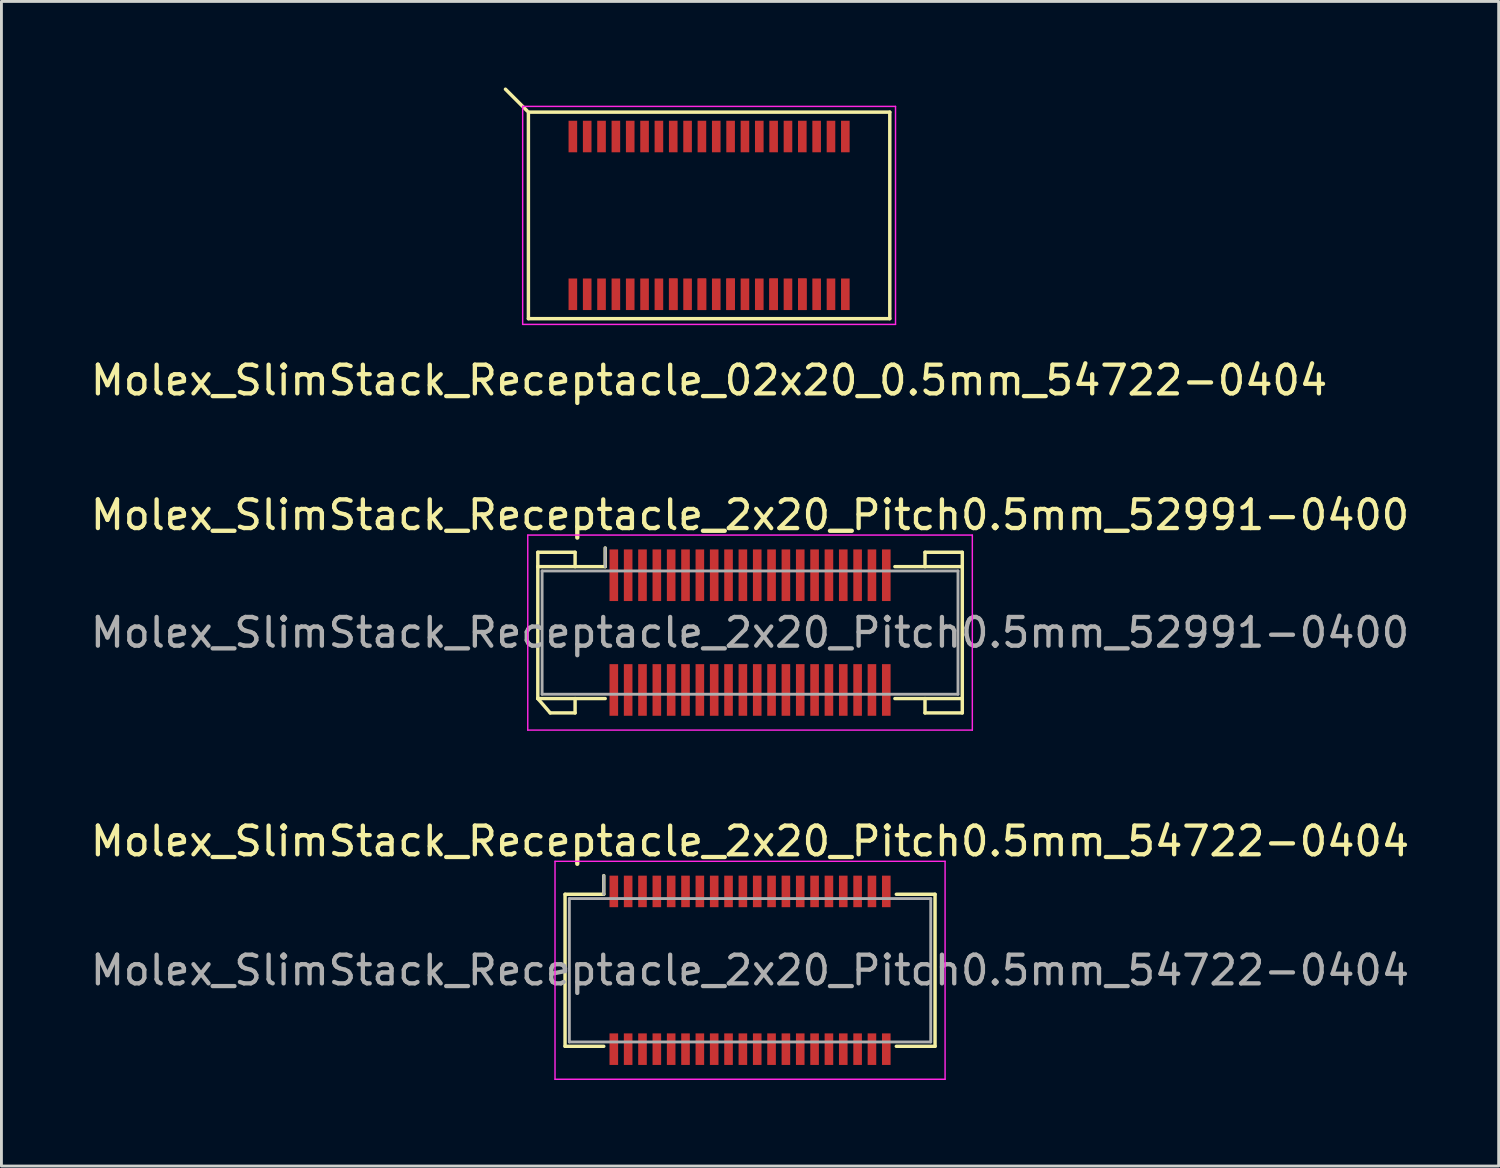
<source format=kicad_pcb>
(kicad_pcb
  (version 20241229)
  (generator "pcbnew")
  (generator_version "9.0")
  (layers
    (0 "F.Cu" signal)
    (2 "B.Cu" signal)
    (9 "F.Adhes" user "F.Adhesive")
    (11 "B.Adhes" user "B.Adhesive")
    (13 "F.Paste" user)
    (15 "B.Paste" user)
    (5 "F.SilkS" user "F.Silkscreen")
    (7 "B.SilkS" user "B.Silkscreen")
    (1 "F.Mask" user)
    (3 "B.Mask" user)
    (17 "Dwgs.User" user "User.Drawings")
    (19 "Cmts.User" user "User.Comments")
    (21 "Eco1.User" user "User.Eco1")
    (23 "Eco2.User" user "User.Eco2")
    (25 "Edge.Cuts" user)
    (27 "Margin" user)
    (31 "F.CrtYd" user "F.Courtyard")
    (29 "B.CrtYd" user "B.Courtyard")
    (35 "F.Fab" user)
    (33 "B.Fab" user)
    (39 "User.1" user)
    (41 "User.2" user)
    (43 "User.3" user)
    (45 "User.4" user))
  (footprint "Molex_SlimStack_Receptacle_2x20_Pitch0.5mm_54722-0404"
    (layer "F.Cu")
    (at 23.101 30.78)
    (property "Reference" "Molex_SlimStack_Receptacle_2x20_Pitch0.5mm_54722-0404" (at 0 -4.5 0) (layer "F.SilkS") (effects (font (size 1 1) (thickness 0.15))))
    (attr smd)
    (fp_line (start -6.45 -2.65) (end -5.1 -2.65) (stroke (width 0.12) (type solid)) (layer "F.SilkS"))
    (fp_line (start -6.45 2.65) (end -6.45 -2.65) (stroke (width 0.12) (type solid)) (layer "F.SilkS"))
    (fp_line (start -5.1 -2.65) (end -5.1 -3.3) (stroke (width 0.12) (type solid)) (layer "F.SilkS"))
    (fp_line (start -5.1 2.65) (end -6.45 2.65) (stroke (width 0.12) (type solid)) (layer "F.SilkS"))
    (fp_line (start 5.1 2.65) (end 6.45 2.65) (stroke (width 0.12) (type solid)) (layer "F.SilkS"))
    (fp_line (start 6.45 -2.65) (end 5.1 -2.65) (stroke (width 0.12) (type solid)) (layer "F.SilkS"))
    (fp_line (start 6.45 2.65) (end 6.45 -2.65) (stroke (width 0.12) (type solid)) (layer "F.SilkS"))
    (fp_line (start -6.8 -3.8) (end -6.8 3.8) (stroke (width 0.05) (type solid)) (layer "F.CrtYd"))
    (fp_line (start -6.8 3.8) (end 6.8 3.8) (stroke (width 0.05) (type solid)) (layer "F.CrtYd"))
    (fp_line (start 6.8 -3.8) (end -6.8 -3.8) (stroke (width 0.05) (type solid)) (layer "F.CrtYd"))
    (fp_line (start 6.8 3.8) (end 6.8 -3.8) (stroke (width 0.05) (type solid)) (layer "F.CrtYd"))
    (fp_line (start -6.3 -2.5) (end -6.3 2.5) (stroke (width 0.1) (type solid)) (layer "F.Fab"))
    (fp_line (start -6.3 2.5) (end 6.3 2.5) (stroke (width 0.1) (type solid)) (layer "F.Fab"))
    (fp_line (start -5.1 -2.65) (end -5.1 -3.3) (stroke (width 0.1) (type solid)) (layer "F.Fab"))
    (fp_line (start 6.3 -2.5) (end -6.3 -2.5) (stroke (width 0.1) (type solid)) (layer "F.Fab"))
    (fp_line (start 6.3 2.5) (end 6.3 -2.5) (stroke (width 0.1) (type solid)) (layer "F.Fab"))
    (fp_text user "${REFERENCE}" (at 0 0 0) (layer "F.Fab") (effects (font (size 1 1) (thickness 0.15))))
    (pad "1" smd rect (at -4.75 -2.75) (size 0.3 1.1) (layers "F.Cu" "F.Mask" "F.Paste"))
    (pad "2" smd rect (at -4.75 2.75) (size 0.3 1.1) (layers "F.Cu" "F.Mask" "F.Paste"))
    (pad "3" smd rect (at -4.25 -2.75) (size 0.3 1.1) (layers "F.Cu" "F.Mask" "F.Paste"))
    (pad "4" smd rect (at -4.25 2.75) (size 0.3 1.1) (layers "F.Cu" "F.Mask" "F.Paste"))
    (pad "5" smd rect (at -3.75 -2.75) (size 0.3 1.1) (layers "F.Cu" "F.Mask" "F.Paste"))
    (pad "6" smd rect (at -3.75 2.75) (size 0.3 1.1) (layers "F.Cu" "F.Mask" "F.Paste"))
    (pad "7" smd rect (at -3.25 -2.75) (size 0.3 1.1) (layers "F.Cu" "F.Mask" "F.Paste"))
    (pad "8" smd rect (at -3.25 2.75) (size 0.3 1.1) (layers "F.Cu" "F.Mask" "F.Paste"))
    (pad "9" smd rect (at -2.75 -2.75) (size 0.3 1.1) (layers "F.Cu" "F.Mask" "F.Paste"))
    (pad "10" smd rect (at -2.75 2.75) (size 0.3 1.1) (layers "F.Cu" "F.Mask" "F.Paste"))
    (pad "11" smd rect (at -2.25 -2.75) (size 0.3 1.1) (layers "F.Cu" "F.Mask" "F.Paste"))
    (pad "12" smd rect (at -2.25 2.75) (size 0.3 1.1) (layers "F.Cu" "F.Mask" "F.Paste"))
    (pad "13" smd rect (at -1.75 -2.75) (size 0.3 1.1) (layers "F.Cu" "F.Mask" "F.Paste"))
    (pad "14" smd rect (at -1.75 2.75) (size 0.3 1.1) (layers "F.Cu" "F.Mask" "F.Paste"))
    (pad "15" smd rect (at -1.25 -2.75) (size 0.3 1.1) (layers "F.Cu" "F.Mask" "F.Paste"))
    (pad "16" smd rect (at -1.25 2.75) (size 0.3 1.1) (layers "F.Cu" "F.Mask" "F.Paste"))
    (pad "17" smd rect (at -0.75 -2.75) (size 0.3 1.1) (layers "F.Cu" "F.Mask" "F.Paste"))
    (pad "18" smd rect (at -0.75 2.75) (size 0.3 1.1) (layers "F.Cu" "F.Mask" "F.Paste"))
    (pad "19" smd rect (at -0.25 -2.75) (size 0.3 1.1) (layers "F.Cu" "F.Mask" "F.Paste"))
    (pad "20" smd rect (at -0.25 2.75) (size 0.3 1.1) (layers "F.Cu" "F.Mask" "F.Paste"))
    (pad "21" smd rect (at 0.25 -2.75) (size 0.3 1.1) (layers "F.Cu" "F.Mask" "F.Paste"))
    (pad "22" smd rect (at 0.25 2.75) (size 0.3 1.1) (layers "F.Cu" "F.Mask" "F.Paste"))
    (pad "23" smd rect (at 0.75 -2.75) (size 0.3 1.1) (layers "F.Cu" "F.Mask" "F.Paste"))
    (pad "24" smd rect (at 0.75 2.75) (size 0.3 1.1) (layers "F.Cu" "F.Mask" "F.Paste"))
    (pad "25" smd rect (at 1.25 -2.75) (size 0.3 1.1) (layers "F.Cu" "F.Mask" "F.Paste"))
    (pad "26" smd rect (at 1.25 2.75) (size 0.3 1.1) (layers "F.Cu" "F.Mask" "F.Paste"))
    (pad "27" smd rect (at 1.75 -2.75) (size 0.3 1.1) (layers "F.Cu" "F.Mask" "F.Paste"))
    (pad "28" smd rect (at 1.75 2.75) (size 0.3 1.1) (layers "F.Cu" "F.Mask" "F.Paste"))
    (pad "29" smd rect (at 2.25 -2.75) (size 0.3 1.1) (layers "F.Cu" "F.Mask" "F.Paste"))
    (pad "30" smd rect (at 2.25 2.75) (size 0.3 1.1) (layers "F.Cu" "F.Mask" "F.Paste"))
    (pad "31" smd rect (at 2.75 -2.75) (size 0.3 1.1) (layers "F.Cu" "F.Mask" "F.Paste"))
    (pad "32" smd rect (at 2.75 2.75) (size 0.3 1.1) (layers "F.Cu" "F.Mask" "F.Paste"))
    (pad "33" smd rect (at 3.25 -2.75) (size 0.3 1.1) (layers "F.Cu" "F.Mask" "F.Paste"))
    (pad "34" smd rect (at 3.25 2.75) (size 0.3 1.1) (layers "F.Cu" "F.Mask" "F.Paste"))
    (pad "35" smd rect (at 3.75 -2.75) (size 0.3 1.1) (layers "F.Cu" "F.Mask" "F.Paste"))
    (pad "36" smd rect (at 3.75 2.75) (size 0.3 1.1) (layers "F.Cu" "F.Mask" "F.Paste"))
    (pad "37" smd rect (at 4.25 -2.75) (size 0.3 1.1) (layers "F.Cu" "F.Mask" "F.Paste"))
    (pad "38" smd rect (at 4.25 2.75) (size 0.3 1.1) (layers "F.Cu" "F.Mask" "F.Paste"))
    (pad "39" smd rect (at 4.75 -2.75) (size 0.3 1.1) (layers "F.Cu" "F.Mask" "F.Paste"))
    (pad "40" smd rect (at 4.75 2.75) (size 0.3 1.1) (layers "F.Cu" "F.Mask" "F.Paste")))
  (footprint "Molex_SlimStack_Receptacle_02x20_0.5mm_54722-0404"
    (layer "F.Cu")
    (at 21.673 4.46)
    (property "Reference" "Molex_SlimStack_Receptacle_02x20_0.5mm_54722-0404" (at 0 5.75 0) (layer "F.SilkS") (effects (font (size 1 1) (thickness 0.15))))
    (attr smd)
    (fp_line (start -6.35 -3.65) (end -7.1 -4.4) (stroke (width 0.12) (type solid)) (layer "F.SilkS"))
    (fp_line (start -6.3 -3.6) (end -6.3 3.6) (stroke (width 0.12) (type solid)) (layer "F.SilkS"))
    (fp_line (start -6.3 3.6) (end 6.3 3.6) (stroke (width 0.12) (type solid)) (layer "F.SilkS"))
    (fp_line (start 6.3 -3.6) (end -6.3 -3.6) (stroke (width 0.12) (type solid)) (layer "F.SilkS"))
    (fp_line (start 6.3 3.6) (end 6.3 -3.6) (stroke (width 0.12) (type solid)) (layer "F.SilkS"))
    (fp_line (start -6.5 -3.8) (end -6.5 3.8) (stroke (width 0.05) (type solid)) (layer "F.CrtYd"))
    (fp_line (start -6.5 3.8) (end 6.5 3.8) (stroke (width 0.05) (type solid)) (layer "F.CrtYd"))
    (fp_line (start 6.5 -3.8) (end -6.5 -3.8) (stroke (width 0.05) (type solid)) (layer "F.CrtYd"))
    (fp_line (start 6.5 3.8) (end 6.5 -3.8) (stroke (width 0.05) (type solid)) (layer "F.CrtYd"))
    (pad "1" smd rect (at -4.75 -2.75) (size 0.3 1.1) (layers "F.Cu" "F.Mask" "F.Paste"))
    (pad "2" smd rect (at -4.75 2.75) (size 0.3 1.1) (layers "F.Cu" "F.Mask" "F.Paste"))
    (pad "3" smd rect (at -4.25 -2.75) (size 0.3 1.1) (layers "F.Cu" "F.Mask" "F.Paste"))
    (pad "4" smd rect (at -4.25 2.75) (size 0.3 1.1) (layers "F.Cu" "F.Mask" "F.Paste"))
    (pad "5" smd rect (at -3.75 -2.75) (size 0.3 1.1) (layers "F.Cu" "F.Mask" "F.Paste"))
    (pad "6" smd rect (at -3.75 2.75) (size 0.3 1.1) (layers "F.Cu" "F.Mask" "F.Paste"))
    (pad "7" smd rect (at -3.25 -2.75) (size 0.3 1.1) (layers "F.Cu" "F.Mask" "F.Paste"))
    (pad "8" smd rect (at -3.25 2.75) (size 0.3 1.1) (layers "F.Cu" "F.Mask" "F.Paste"))
    (pad "9" smd rect (at -2.75 -2.75) (size 0.3 1.1) (layers "F.Cu" "F.Mask" "F.Paste"))
    (pad "10" smd rect (at -2.75 2.75) (size 0.3 1.1) (layers "F.Cu" "F.Mask" "F.Paste"))
    (pad "11" smd rect (at -2.25 -2.75) (size 0.3 1.1) (layers "F.Cu" "F.Mask" "F.Paste"))
    (pad "12" smd rect (at -2.25 2.75) (size 0.3 1.1) (layers "F.Cu" "F.Mask" "F.Paste"))
    (pad "13" smd rect (at -1.75 -2.75) (size 0.3 1.1) (layers "F.Cu" "F.Mask" "F.Paste"))
    (pad "14" smd rect (at -1.75 2.75) (size 0.3 1.1) (layers "F.Cu" "F.Mask" "F.Paste"))
    (pad "15" smd rect (at -1.25 -2.75) (size 0.3 1.1) (layers "F.Cu" "F.Mask" "F.Paste"))
    (pad "16" smd rect (at -1.25 2.75) (size 0.3 1.1) (layers "F.Cu" "F.Mask" "F.Paste"))
    (pad "16" smd rect (at -1.25 2.75) (size 0.3 1.1) (layers "F.Cu" "F.Mask" "F.Paste"))
    (pad "17" smd rect (at -0.75 -2.75) (size 0.3 1.1) (layers "F.Cu" "F.Mask" "F.Paste"))
    (pad "18" smd rect (at -0.75 2.75) (size 0.3 1.1) (layers "F.Cu" "F.Mask" "F.Paste"))
    (pad "19" smd rect (at -0.25 -2.75) (size 0.3 1.1) (layers "F.Cu" "F.Mask" "F.Paste"))
    (pad "20" smd rect (at -0.25 2.75) (size 0.3 1.1) (layers "F.Cu" "F.Mask" "F.Paste"))
    (pad "20" smd rect (at -0.25 2.75) (size 0.3 1.1) (layers "F.Cu" "F.Mask" "F.Paste"))
    (pad "21" smd rect (at 0.25 -2.75) (size 0.3 1.1) (layers "F.Cu" "F.Mask" "F.Paste"))
    (pad "22" smd rect (at 0.25 2.75) (size 0.3 1.1) (layers "F.Cu" "F.Mask" "F.Paste"))
    (pad "23" smd rect (at 0.75 -2.75) (size 0.3 1.1) (layers "F.Cu" "F.Mask" "F.Paste"))
    (pad "24" smd rect (at 0.75 2.75) (size 0.3 1.1) (layers "F.Cu" "F.Mask" "F.Paste"))
    (pad "24" smd rect (at 0.75 2.75) (size 0.3 1.1) (layers "F.Cu" "F.Mask" "F.Paste"))
    (pad "25" smd rect (at 1.25 -2.75) (size 0.3 1.1) (layers "F.Cu" "F.Mask" "F.Paste"))
    (pad "26" smd rect (at 1.25 2.75) (size 0.3 1.1) (layers "F.Cu" "F.Mask" "F.Paste"))
    (pad "27" smd rect (at 1.75 -2.75) (size 0.3 1.1) (layers "F.Cu" "F.Mask" "F.Paste"))
    (pad "28" smd rect (at 1.75 2.75) (size 0.3 1.1) (layers "F.Cu" "F.Mask" "F.Paste"))
    (pad "29" smd rect (at 2.25 -2.75) (size 0.3 1.1) (layers "F.Cu" "F.Mask" "F.Paste"))
    (pad "30" smd rect (at 2.25 2.75) (size 0.3 1.1) (layers "F.Cu" "F.Mask" "F.Paste"))
    (pad "30" smd rect (at 2.25 2.75) (size 0.3 1.1) (layers "F.Cu" "F.Mask" "F.Paste"))
    (pad "31" smd rect (at 2.75 -2.75) (size 0.3 1.1) (layers "F.Cu" "F.Mask" "F.Paste"))
    (pad "32" smd rect (at 2.75 2.75) (size 0.3 1.1) (layers "F.Cu" "F.Mask" "F.Paste"))
    (pad "33" smd rect (at 3.25 -2.75) (size 0.3 1.1) (layers "F.Cu" "F.Mask" "F.Paste"))
    (pad "34" smd rect (at 3.25 2.75) (size 0.3 1.1) (layers "F.Cu" "F.Mask" "F.Paste"))
    (pad "34" smd rect (at 3.25 2.75) (size 0.3 1.1) (layers "F.Cu" "F.Mask" "F.Paste"))
    (pad "35" smd rect (at 3.75 -2.75) (size 0.3 1.1) (layers "F.Cu" "F.Mask" "F.Paste"))
    (pad "36" smd rect (at 3.75 2.75) (size 0.3 1.1) (layers "F.Cu" "F.Mask" "F.Paste"))
    (pad "37" smd rect (at 4.25 -2.75) (size 0.3 1.1) (layers "F.Cu" "F.Mask" "F.Paste"))
    (pad "38" smd rect (at 4.25 2.75) (size 0.3 1.1) (layers "F.Cu" "F.Mask" "F.Paste"))
    (pad "39" smd rect (at 4.75 -2.75) (size 0.3 1.1) (layers "F.Cu" "F.Mask" "F.Paste"))
    (pad "40" smd rect (at 4.75 2.75) (size 0.3 1.1) (layers "F.Cu" "F.Mask" "F.Paste")))
  (footprint "Molex_SlimStack_Receptacle_2x20_Pitch0.5mm_52991-0400"
    (layer "F.Cu")
    (at 23.101 19.006)
    (property "Reference" "Molex_SlimStack_Receptacle_2x20_Pitch0.5mm_52991-0400" (at 0 -4.1 0) (layer "F.SilkS") (effects (font (size 1 1) (thickness 0.15))))
    (attr smd)
    (fp_line (start -7.4 -2.8) (end -6.1 -2.8) (stroke (width 0.12) (type solid)) (layer "F.SilkS"))
    (fp_line (start -7.4 -2.3) (end -7.4 -2.8) (stroke (width 0.12) (type solid)) (layer "F.SilkS"))
    (fp_line (start -7.4 -2.3) (end -5.05 -2.3) (stroke (width 0.12) (type solid)) (layer "F.SilkS"))
    (fp_line (start -7.4 2.3) (end -7.4 -2.3) (stroke (width 0.12) (type solid)) (layer "F.SilkS"))
    (fp_line (start -7.4 2.3) (end -6.967 2.8) (stroke (width 0.12) (type solid)) (layer "F.SilkS"))
    (fp_line (start -6.967 2.8) (end -6.1 2.8) (stroke (width 0.12) (type solid)) (layer "F.SilkS"))
    (fp_line (start -6.1 -2.8) (end -6.1 -2.3) (stroke (width 0.12) (type solid)) (layer "F.SilkS"))
    (fp_line (start -6.1 2.8) (end -6.1 2.3) (stroke (width 0.12) (type solid)) (layer "F.SilkS"))
    (fp_line (start -5.05 -2.3) (end -5.05 -2.95) (stroke (width 0.12) (type solid)) (layer "F.SilkS"))
    (fp_line (start -5.05 2.3) (end -7.4 2.3) (stroke (width 0.12) (type solid)) (layer "F.SilkS"))
    (fp_line (start 5.05 2.3) (end 7.4 2.3) (stroke (width 0.12) (type solid)) (layer "F.SilkS"))
    (fp_line (start 6.1 -2.8) (end 6.1 -2.3) (stroke (width 0.12) (type solid)) (layer "F.SilkS"))
    (fp_line (start 6.1 2.8) (end 6.1 2.3) (stroke (width 0.12) (type solid)) (layer "F.SilkS"))
    (fp_line (start 7.4 -2.8) (end 6.1 -2.8) (stroke (width 0.12) (type solid)) (layer "F.SilkS"))
    (fp_line (start 7.4 -2.3) (end 5.05 -2.3) (stroke (width 0.12) (type solid)) (layer "F.SilkS"))
    (fp_line (start 7.4 -2.3) (end 7.4 -2.8) (stroke (width 0.12) (type solid)) (layer "F.SilkS"))
    (fp_line (start 7.4 2.3) (end 7.4 -2.3) (stroke (width 0.12) (type solid)) (layer "F.SilkS"))
    (fp_line (start 7.4 2.3) (end 7.4 2.8) (stroke (width 0.12) (type solid)) (layer "F.SilkS"))
    (fp_line (start 7.4 2.8) (end 6.1 2.8) (stroke (width 0.12) (type solid)) (layer "F.SilkS"))
    (fp_line (start -7.75 -3.4) (end -7.75 3.4) (stroke (width 0.05) (type solid)) (layer "F.CrtYd"))
    (fp_line (start -7.75 3.4) (end 7.75 3.4) (stroke (width 0.05) (type solid)) (layer "F.CrtYd"))
    (fp_line (start 7.75 -3.4) (end -7.75 -3.4) (stroke (width 0.05) (type solid)) (layer "F.CrtYd"))
    (fp_line (start 7.75 3.4) (end 7.75 -3.4) (stroke (width 0.05) (type solid)) (layer "F.CrtYd"))
    (fp_line (start -7.25 -2.15) (end -7.25 2.15) (stroke (width 0.1) (type solid)) (layer "F.Fab"))
    (fp_line (start -7.25 2.15) (end 7.25 2.15) (stroke (width 0.1) (type solid)) (layer "F.Fab"))
    (fp_line (start -5.05 -2.3) (end -5.05 -2.95) (stroke (width 0.1) (type solid)) (layer "F.Fab"))
    (fp_line (start 7.25 -2.15) (end -7.25 -2.15) (stroke (width 0.1) (type solid)) (layer "F.Fab"))
    (fp_line (start 7.25 2.15) (end 7.25 -2.15) (stroke (width 0.1) (type solid)) (layer "F.Fab"))
    (fp_text user "${REFERENCE}" (at 0 0 0) (layer "F.Fab") (effects (font (size 1 1) (thickness 0.15))))
    (pad "1" smd rect (at -4.75 -2) (size 0.3 1.8) (layers "F.Cu" "F.Mask" "F.Paste"))
    (pad "2" smd rect (at -4.75 2) (size 0.3 1.8) (layers "F.Cu" "F.Mask" "F.Paste"))
    (pad "3" smd rect (at -4.25 -2) (size 0.3 1.8) (layers "F.Cu" "F.Mask" "F.Paste"))
    (pad "4" smd rect (at -4.25 2) (size 0.3 1.8) (layers "F.Cu" "F.Mask" "F.Paste"))
    (pad "5" smd rect (at -3.75 -2) (size 0.3 1.8) (layers "F.Cu" "F.Mask" "F.Paste"))
    (pad "6" smd rect (at -3.75 2) (size 0.3 1.8) (layers "F.Cu" "F.Mask" "F.Paste"))
    (pad "7" smd rect (at -3.25 -2) (size 0.3 1.8) (layers "F.Cu" "F.Mask" "F.Paste"))
    (pad "8" smd rect (at -3.25 2) (size 0.3 1.8) (layers "F.Cu" "F.Mask" "F.Paste"))
    (pad "9" smd rect (at -2.75 -2) (size 0.3 1.8) (layers "F.Cu" "F.Mask" "F.Paste"))
    (pad "10" smd rect (at -2.75 2) (size 0.3 1.8) (layers "F.Cu" "F.Mask" "F.Paste"))
    (pad "11" smd rect (at -2.25 -2) (size 0.3 1.8) (layers "F.Cu" "F.Mask" "F.Paste"))
    (pad "12" smd rect (at -2.25 2) (size 0.3 1.8) (layers "F.Cu" "F.Mask" "F.Paste"))
    (pad "13" smd rect (at -1.75 -2) (size 0.3 1.8) (layers "F.Cu" "F.Mask" "F.Paste"))
    (pad "14" smd rect (at -1.75 2) (size 0.3 1.8) (layers "F.Cu" "F.Mask" "F.Paste"))
    (pad "15" smd rect (at -1.25 -2) (size 0.3 1.8) (layers "F.Cu" "F.Mask" "F.Paste"))
    (pad "16" smd rect (at -1.25 2) (size 0.3 1.8) (layers "F.Cu" "F.Mask" "F.Paste"))
    (pad "17" smd rect (at -0.75 -2) (size 0.3 1.8) (layers "F.Cu" "F.Mask" "F.Paste"))
    (pad "18" smd rect (at -0.75 2) (size 0.3 1.8) (layers "F.Cu" "F.Mask" "F.Paste"))
    (pad "19" smd rect (at -0.25 -2) (size 0.3 1.8) (layers "F.Cu" "F.Mask" "F.Paste"))
    (pad "20" smd rect (at -0.25 2) (size 0.3 1.8) (layers "F.Cu" "F.Mask" "F.Paste"))
    (pad "21" smd rect (at 0.25 -2) (size 0.3 1.8) (layers "F.Cu" "F.Mask" "F.Paste"))
    (pad "22" smd rect (at 0.25 2) (size 0.3 1.8) (layers "F.Cu" "F.Mask" "F.Paste"))
    (pad "23" smd rect (at 0.75 -2) (size 0.3 1.8) (layers "F.Cu" "F.Mask" "F.Paste"))
    (pad "24" smd rect (at 0.75 2) (size 0.3 1.8) (layers "F.Cu" "F.Mask" "F.Paste"))
    (pad "25" smd rect (at 1.25 -2) (size 0.3 1.8) (layers "F.Cu" "F.Mask" "F.Paste"))
    (pad "26" smd rect (at 1.25 2) (size 0.3 1.8) (layers "F.Cu" "F.Mask" "F.Paste"))
    (pad "27" smd rect (at 1.75 -2) (size 0.3 1.8) (layers "F.Cu" "F.Mask" "F.Paste"))
    (pad "28" smd rect (at 1.75 2) (size 0.3 1.8) (layers "F.Cu" "F.Mask" "F.Paste"))
    (pad "29" smd rect (at 2.25 -2) (size 0.3 1.8) (layers "F.Cu" "F.Mask" "F.Paste"))
    (pad "30" smd rect (at 2.25 2) (size 0.3 1.8) (layers "F.Cu" "F.Mask" "F.Paste"))
    (pad "31" smd rect (at 2.75 -2) (size 0.3 1.8) (layers "F.Cu" "F.Mask" "F.Paste"))
    (pad "32" smd rect (at 2.75 2) (size 0.3 1.8) (layers "F.Cu" "F.Mask" "F.Paste"))
    (pad "33" smd rect (at 3.25 -2) (size 0.3 1.8) (layers "F.Cu" "F.Mask" "F.Paste"))
    (pad "34" smd rect (at 3.25 2) (size 0.3 1.8) (layers "F.Cu" "F.Mask" "F.Paste"))
    (pad "35" smd rect (at 3.75 -2) (size 0.3 1.8) (layers "F.Cu" "F.Mask" "F.Paste"))
    (pad "36" smd rect (at 3.75 2) (size 0.3 1.8) (layers "F.Cu" "F.Mask" "F.Paste"))
    (pad "37" smd rect (at 4.25 -2) (size 0.3 1.8) (layers "F.Cu" "F.Mask" "F.Paste"))
    (pad "38" smd rect (at 4.25 2) (size 0.3 1.8) (layers "F.Cu" "F.Mask" "F.Paste"))
    (pad "39" smd rect (at 4.75 -2) (size 0.3 1.8) (layers "F.Cu" "F.Mask" "F.Paste"))
    (pad "40" smd rect (at 4.75 2) (size 0.3 1.8) (layers "F.Cu" "F.Mask" "F.Paste")))
  (gr_rect
    (start -3 -3)
    (end 49.202 37.605)
    (stroke (width 0.1) (type default))
    (fill no)
    (layer "Edge.Cuts")))
</source>
